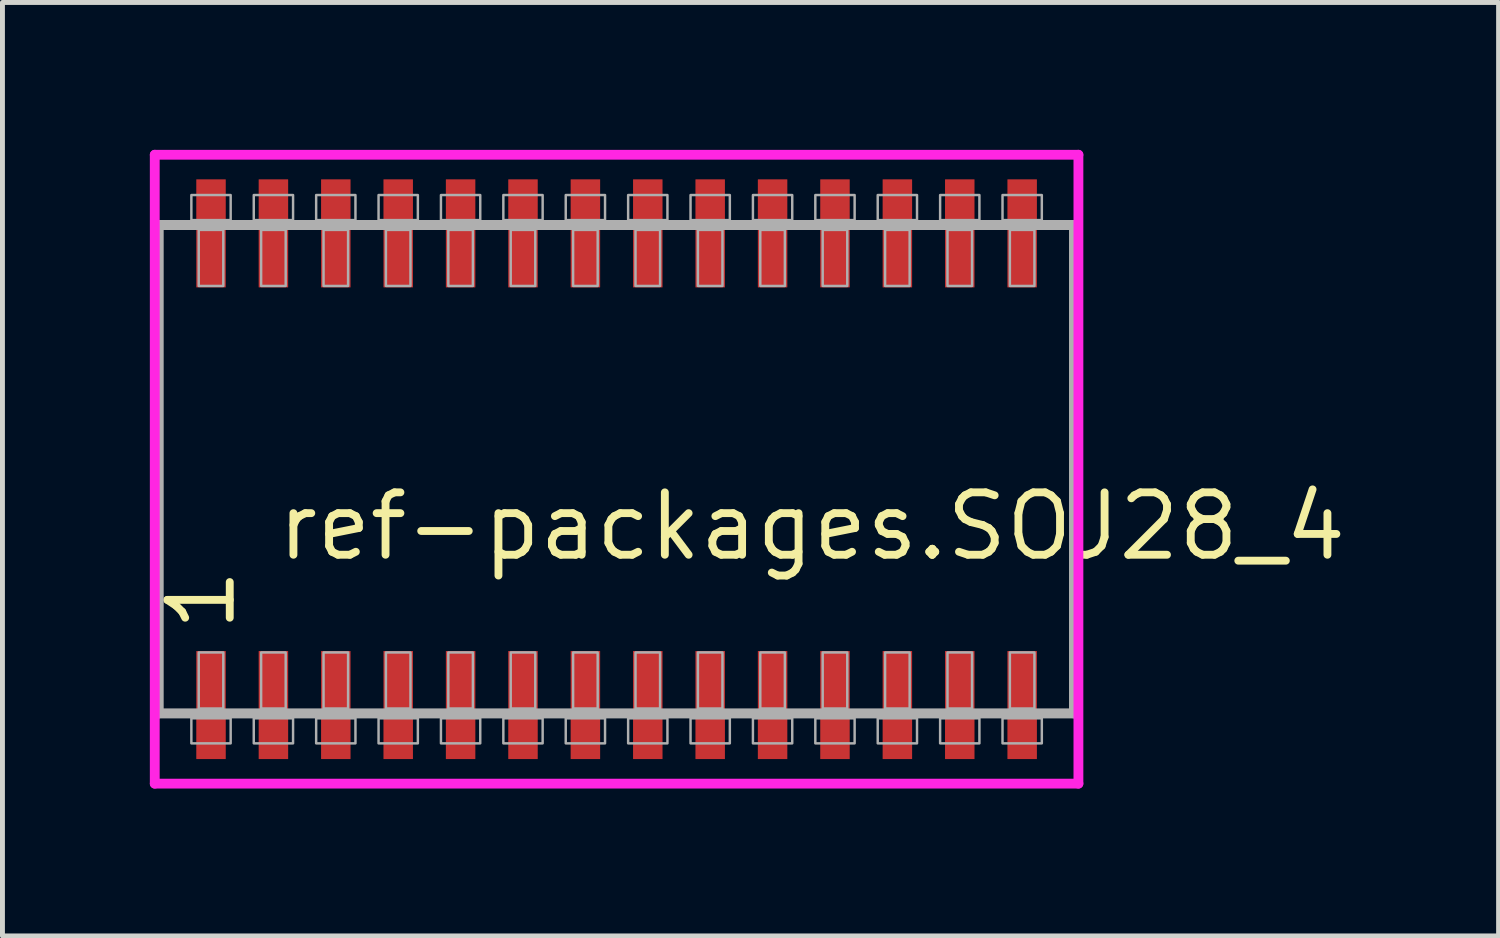
<source format=kicad_pcb>
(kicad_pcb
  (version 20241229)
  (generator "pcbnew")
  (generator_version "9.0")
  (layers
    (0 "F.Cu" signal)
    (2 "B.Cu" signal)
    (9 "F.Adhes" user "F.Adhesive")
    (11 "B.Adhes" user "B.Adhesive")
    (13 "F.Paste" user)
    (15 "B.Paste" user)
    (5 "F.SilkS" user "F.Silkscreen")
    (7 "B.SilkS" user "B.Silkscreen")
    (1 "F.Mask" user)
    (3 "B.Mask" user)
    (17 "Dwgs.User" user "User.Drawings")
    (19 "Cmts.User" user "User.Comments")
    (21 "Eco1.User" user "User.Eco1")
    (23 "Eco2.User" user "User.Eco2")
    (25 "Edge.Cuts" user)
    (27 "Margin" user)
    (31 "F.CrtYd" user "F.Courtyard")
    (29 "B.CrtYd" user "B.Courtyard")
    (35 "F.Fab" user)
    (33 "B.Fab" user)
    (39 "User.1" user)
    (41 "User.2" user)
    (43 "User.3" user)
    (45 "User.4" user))
  (footprint "ref-packages.SOJ28_4"
    (layer "F.Cu")
    (at 9.5 6.5)
    (property "Reference" "ref-packages.SOJ28_4" (at -6.985 1.905 0) (layer "F.SilkS") (effects (font (size 1.27 1.27) (thickness 0.16)) (justify left bottom)))
    (attr smd)
    (fp_line (start -9.4 -6.4) (end 9.4 -6.4) (stroke (width 0.2) (type default)) (layer "F.CrtYd"))
    (fp_line (start -9.4 6.4) (end -9.4 -6.4) (stroke (width 0.2) (type default)) (layer "F.CrtYd"))
    (fp_line (start 9.4 -6.4) (end 9.4 6.4) (stroke (width 0.2) (type default)) (layer "F.CrtYd"))
    (fp_line (start 9.4 6.4) (end -9.4 6.4) (stroke (width 0.2) (type default)) (layer "F.CrtYd"))
    (fp_line (start -9.32 -4.97) (end 9.31 -4.97) (stroke (width 0.203) (type default)) (layer "F.Fab"))
    (fp_line (start -9.32 4.97) (end -9.32 -4.97) (stroke (width 0.203) (type default)) (layer "F.Fab"))
    (fp_line (start 9.31 -4.97) (end 9.31 4.97) (stroke (width 0.203) (type default)) (layer "F.Fab"))
    (fp_line (start 9.31 4.97) (end -9.32 4.97) (stroke (width 0.203) (type default)) (layer "F.Fab"))
    (fp_rect (start -8.655 -5.07) (end -7.855 -5.58) (stroke (width 0.05) (type default)) (fill no) (layer "F.Fab"))
    (fp_rect (start -8.655 5.58) (end -7.855 5.07) (stroke (width 0.05) (type default)) (fill no) (layer "F.Fab"))
    (fp_rect (start -8.505 -3.73) (end -8.005 -4.87) (stroke (width 0.05) (type default)) (fill no) (layer "F.Fab"))
    (fp_rect (start -8.505 4.87) (end -8.005 3.73) (stroke (width 0.05) (type default)) (fill no) (layer "F.Fab"))
    (fp_rect (start -7.385 -5.07) (end -6.585 -5.58) (stroke (width 0.05) (type default)) (fill no) (layer "F.Fab"))
    (fp_rect (start -7.385 5.58) (end -6.585 5.07) (stroke (width 0.05) (type default)) (fill no) (layer "F.Fab"))
    (fp_rect (start -7.235 -3.73) (end -6.735 -4.87) (stroke (width 0.05) (type default)) (fill no) (layer "F.Fab"))
    (fp_rect (start -7.235 4.87) (end -6.735 3.73) (stroke (width 0.05) (type default)) (fill no) (layer "F.Fab"))
    (fp_rect (start -6.115 -5.07) (end -5.315 -5.58) (stroke (width 0.05) (type default)) (fill no) (layer "F.Fab"))
    (fp_rect (start -6.115 5.58) (end -5.315 5.07) (stroke (width 0.05) (type default)) (fill no) (layer "F.Fab"))
    (fp_rect (start -5.965 -3.73) (end -5.465 -4.87) (stroke (width 0.05) (type default)) (fill no) (layer "F.Fab"))
    (fp_rect (start -5.965 4.87) (end -5.465 3.73) (stroke (width 0.05) (type default)) (fill no) (layer "F.Fab"))
    (fp_rect (start -4.845 -5.07) (end -4.045 -5.58) (stroke (width 0.05) (type default)) (fill no) (layer "F.Fab"))
    (fp_rect (start -4.845 5.58) (end -4.045 5.07) (stroke (width 0.05) (type default)) (fill no) (layer "F.Fab"))
    (fp_rect (start -4.695 -3.73) (end -4.195 -4.87) (stroke (width 0.05) (type default)) (fill no) (layer "F.Fab"))
    (fp_rect (start -4.695 4.87) (end -4.195 3.73) (stroke (width 0.05) (type default)) (fill no) (layer "F.Fab"))
    (fp_rect (start -3.575 -5.07) (end -2.775 -5.58) (stroke (width 0.05) (type default)) (fill no) (layer "F.Fab"))
    (fp_rect (start -3.575 5.58) (end -2.775 5.07) (stroke (width 0.05) (type default)) (fill no) (layer "F.Fab"))
    (fp_rect (start -3.425 -3.73) (end -2.925 -4.87) (stroke (width 0.05) (type default)) (fill no) (layer "F.Fab"))
    (fp_rect (start -3.425 4.87) (end -2.925 3.73) (stroke (width 0.05) (type default)) (fill no) (layer "F.Fab"))
    (fp_rect (start -2.305 -5.07) (end -1.505 -5.58) (stroke (width 0.05) (type default)) (fill no) (layer "F.Fab"))
    (fp_rect (start -2.305 5.58) (end -1.505 5.07) (stroke (width 0.05) (type default)) (fill no) (layer "F.Fab"))
    (fp_rect (start -2.155 -3.73) (end -1.655 -4.87) (stroke (width 0.05) (type default)) (fill no) (layer "F.Fab"))
    (fp_rect (start -2.155 4.87) (end -1.655 3.73) (stroke (width 0.05) (type default)) (fill no) (layer "F.Fab"))
    (fp_rect (start -1.035 -5.07) (end -0.235 -5.58) (stroke (width 0.05) (type default)) (fill no) (layer "F.Fab"))
    (fp_rect (start -1.035 5.58) (end -0.235 5.07) (stroke (width 0.05) (type default)) (fill no) (layer "F.Fab"))
    (fp_rect (start -0.885 -3.73) (end -0.385 -4.87) (stroke (width 0.05) (type default)) (fill no) (layer "F.Fab"))
    (fp_rect (start -0.885 4.87) (end -0.385 3.73) (stroke (width 0.05) (type default)) (fill no) (layer "F.Fab"))
    (fp_rect (start 0.235 -5.07) (end 1.035 -5.58) (stroke (width 0.05) (type default)) (fill no) (layer "F.Fab"))
    (fp_rect (start 0.235 5.58) (end 1.035 5.07) (stroke (width 0.05) (type default)) (fill no) (layer "F.Fab"))
    (fp_rect (start 0.385 -3.73) (end 0.885 -4.87) (stroke (width 0.05) (type default)) (fill no) (layer "F.Fab"))
    (fp_rect (start 0.385 4.87) (end 0.885 3.73) (stroke (width 0.05) (type default)) (fill no) (layer "F.Fab"))
    (fp_rect (start 1.505 -5.07) (end 2.305 -5.58) (stroke (width 0.05) (type default)) (fill no) (layer "F.Fab"))
    (fp_rect (start 1.505 5.58) (end 2.305 5.07) (stroke (width 0.05) (type default)) (fill no) (layer "F.Fab"))
    (fp_rect (start 1.655 -3.73) (end 2.155 -4.87) (stroke (width 0.05) (type default)) (fill no) (layer "F.Fab"))
    (fp_rect (start 1.655 4.87) (end 2.155 3.73) (stroke (width 0.05) (type default)) (fill no) (layer "F.Fab"))
    (fp_rect (start 2.775 -5.07) (end 3.575 -5.58) (stroke (width 0.05) (type default)) (fill no) (layer "F.Fab"))
    (fp_rect (start 2.775 5.58) (end 3.575 5.07) (stroke (width 0.05) (type default)) (fill no) (layer "F.Fab"))
    (fp_rect (start 2.925 -3.73) (end 3.425 -4.87) (stroke (width 0.05) (type default)) (fill no) (layer "F.Fab"))
    (fp_rect (start 2.925 4.87) (end 3.425 3.73) (stroke (width 0.05) (type default)) (fill no) (layer "F.Fab"))
    (fp_rect (start 4.045 -5.07) (end 4.845 -5.58) (stroke (width 0.05) (type default)) (fill no) (layer "F.Fab"))
    (fp_rect (start 4.045 5.58) (end 4.845 5.07) (stroke (width 0.05) (type default)) (fill no) (layer "F.Fab"))
    (fp_rect (start 4.195 -3.73) (end 4.695 -4.87) (stroke (width 0.05) (type default)) (fill no) (layer "F.Fab"))
    (fp_rect (start 4.195 4.87) (end 4.695 3.73) (stroke (width 0.05) (type default)) (fill no) (layer "F.Fab"))
    (fp_rect (start 5.315 -5.07) (end 6.115 -5.58) (stroke (width 0.05) (type default)) (fill no) (layer "F.Fab"))
    (fp_rect (start 5.315 5.58) (end 6.115 5.07) (stroke (width 0.05) (type default)) (fill no) (layer "F.Fab"))
    (fp_rect (start 5.465 -3.73) (end 5.965 -4.87) (stroke (width 0.05) (type default)) (fill no) (layer "F.Fab"))
    (fp_rect (start 5.465 4.87) (end 5.965 3.73) (stroke (width 0.05) (type default)) (fill no) (layer "F.Fab"))
    (fp_rect (start 6.585 -5.07) (end 7.385 -5.58) (stroke (width 0.05) (type default)) (fill no) (layer "F.Fab"))
    (fp_rect (start 6.585 5.58) (end 7.385 5.07) (stroke (width 0.05) (type default)) (fill no) (layer "F.Fab"))
    (fp_rect (start 6.735 -3.73) (end 7.235 -4.87) (stroke (width 0.05) (type default)) (fill no) (layer "F.Fab"))
    (fp_rect (start 6.735 4.87) (end 7.235 3.73) (stroke (width 0.05) (type default)) (fill no) (layer "F.Fab"))
    (fp_rect (start 7.855 -5.07) (end 8.655 -5.58) (stroke (width 0.05) (type default)) (fill no) (layer "F.Fab"))
    (fp_rect (start 7.855 5.58) (end 8.655 5.07) (stroke (width 0.05) (type default)) (fill no) (layer "F.Fab"))
    (fp_rect (start 8.005 -3.73) (end 8.505 -4.87) (stroke (width 0.05) (type default)) (fill no) (layer "F.Fab"))
    (fp_rect (start 8.005 4.87) (end 8.505 3.73) (stroke (width 0.05) (type default)) (fill no) (layer "F.Fab"))
    (fp_text user "1" (at -7.71 3.37 90) (layer "F.SilkS") (effects (font (size 1.27 1.27) (thickness 0.16)) (justify left bottom)))
    (pad "1" smd roundrect (at -8.255 4.8) (size 0.6 2.2) (layers "F.Cu" "F.Mask" "F.Paste") (roundrect_rratio 0.01))
    (pad "2" smd roundrect (at -6.985 4.8) (size 0.6 2.2) (layers "F.Cu" "F.Mask" "F.Paste") (roundrect_rratio 0.01))
    (pad "3" smd roundrect (at -5.715 4.8) (size 0.6 2.2) (layers "F.Cu" "F.Mask" "F.Paste") (roundrect_rratio 0.01))
    (pad "4" smd roundrect (at -4.445 4.8) (size 0.6 2.2) (layers "F.Cu" "F.Mask" "F.Paste") (roundrect_rratio 0.01))
    (pad "5" smd roundrect (at -3.175 4.8) (size 0.6 2.2) (layers "F.Cu" "F.Mask" "F.Paste") (roundrect_rratio 0.01))
    (pad "6" smd roundrect (at -1.905 4.8) (size 0.6 2.2) (layers "F.Cu" "F.Mask" "F.Paste") (roundrect_rratio 0.01))
    (pad "7" smd roundrect (at -0.635 4.8) (size 0.6 2.2) (layers "F.Cu" "F.Mask" "F.Paste") (roundrect_rratio 0.01))
    (pad "8" smd roundrect (at 0.635 4.8) (size 0.6 2.2) (layers "F.Cu" "F.Mask" "F.Paste") (roundrect_rratio 0.01))
    (pad "9" smd roundrect (at 1.905 4.8) (size 0.6 2.2) (layers "F.Cu" "F.Mask" "F.Paste") (roundrect_rratio 0.01))
    (pad "10" smd roundrect (at 3.175 4.8) (size 0.6 2.2) (layers "F.Cu" "F.Mask" "F.Paste") (roundrect_rratio 0.01))
    (pad "11" smd roundrect (at 4.445 4.8) (size 0.6 2.2) (layers "F.Cu" "F.Mask" "F.Paste") (roundrect_rratio 0.01))
    (pad "12" smd roundrect (at 5.715 4.8) (size 0.6 2.2) (layers "F.Cu" "F.Mask" "F.Paste") (roundrect_rratio 0.01))
    (pad "13" smd roundrect (at 6.985 4.8) (size 0.6 2.2) (layers "F.Cu" "F.Mask" "F.Paste") (roundrect_rratio 0.01))
    (pad "14" smd roundrect (at 8.255 4.8) (size 0.6 2.2) (layers "F.Cu" "F.Mask" "F.Paste") (roundrect_rratio 0.01))
    (pad "15" smd roundrect (at 8.255 -4.8) (size 0.6 2.2) (layers "F.Cu" "F.Mask" "F.Paste") (roundrect_rratio 0.01))
    (pad "16" smd roundrect (at 6.985 -4.8) (size 0.6 2.2) (layers "F.Cu" "F.Mask" "F.Paste") (roundrect_rratio 0.01))
    (pad "17" smd roundrect (at 5.715 -4.8) (size 0.6 2.2) (layers "F.Cu" "F.Mask" "F.Paste") (roundrect_rratio 0.01))
    (pad "18" smd roundrect (at 4.445 -4.8) (size 0.6 2.2) (layers "F.Cu" "F.Mask" "F.Paste") (roundrect_rratio 0.01))
    (pad "19" smd roundrect (at 3.175 -4.8) (size 0.6 2.2) (layers "F.Cu" "F.Mask" "F.Paste") (roundrect_rratio 0.01))
    (pad "20" smd roundrect (at 1.905 -4.8) (size 0.6 2.2) (layers "F.Cu" "F.Mask" "F.Paste") (roundrect_rratio 0.01))
    (pad "21" smd roundrect (at 0.635 -4.8) (size 0.6 2.2) (layers "F.Cu" "F.Mask" "F.Paste") (roundrect_rratio 0.01))
    (pad "22" smd roundrect (at -0.635 -4.8) (size 0.6 2.2) (layers "F.Cu" "F.Mask" "F.Paste") (roundrect_rratio 0.01))
    (pad "23" smd roundrect (at -1.905 -4.8) (size 0.6 2.2) (layers "F.Cu" "F.Mask" "F.Paste") (roundrect_rratio 0.01))
    (pad "24" smd roundrect (at -3.175 -4.8) (size 0.6 2.2) (layers "F.Cu" "F.Mask" "F.Paste") (roundrect_rratio 0.01))
    (pad "25" smd roundrect (at -4.445 -4.8) (size 0.6 2.2) (layers "F.Cu" "F.Mask" "F.Paste") (roundrect_rratio 0.01))
    (pad "26" smd roundrect (at -5.715 -4.8) (size 0.6 2.2) (layers "F.Cu" "F.Mask" "F.Paste") (roundrect_rratio 0.01))
    (pad "27" smd roundrect (at -6.985 -4.8) (size 0.6 2.2) (layers "F.Cu" "F.Mask" "F.Paste") (roundrect_rratio 0.01))
    (pad "28" smd roundrect (at -8.255 -4.8) (size 0.6 2.2) (layers "F.Cu" "F.Mask" "F.Paste") (roundrect_rratio 0.01)))
  (gr_rect
    (start -3 -3)
    (end 27.452 16)
    (stroke (width 0.1) (type default))
    (fill no)
    (layer "Edge.Cuts")))
</source>
